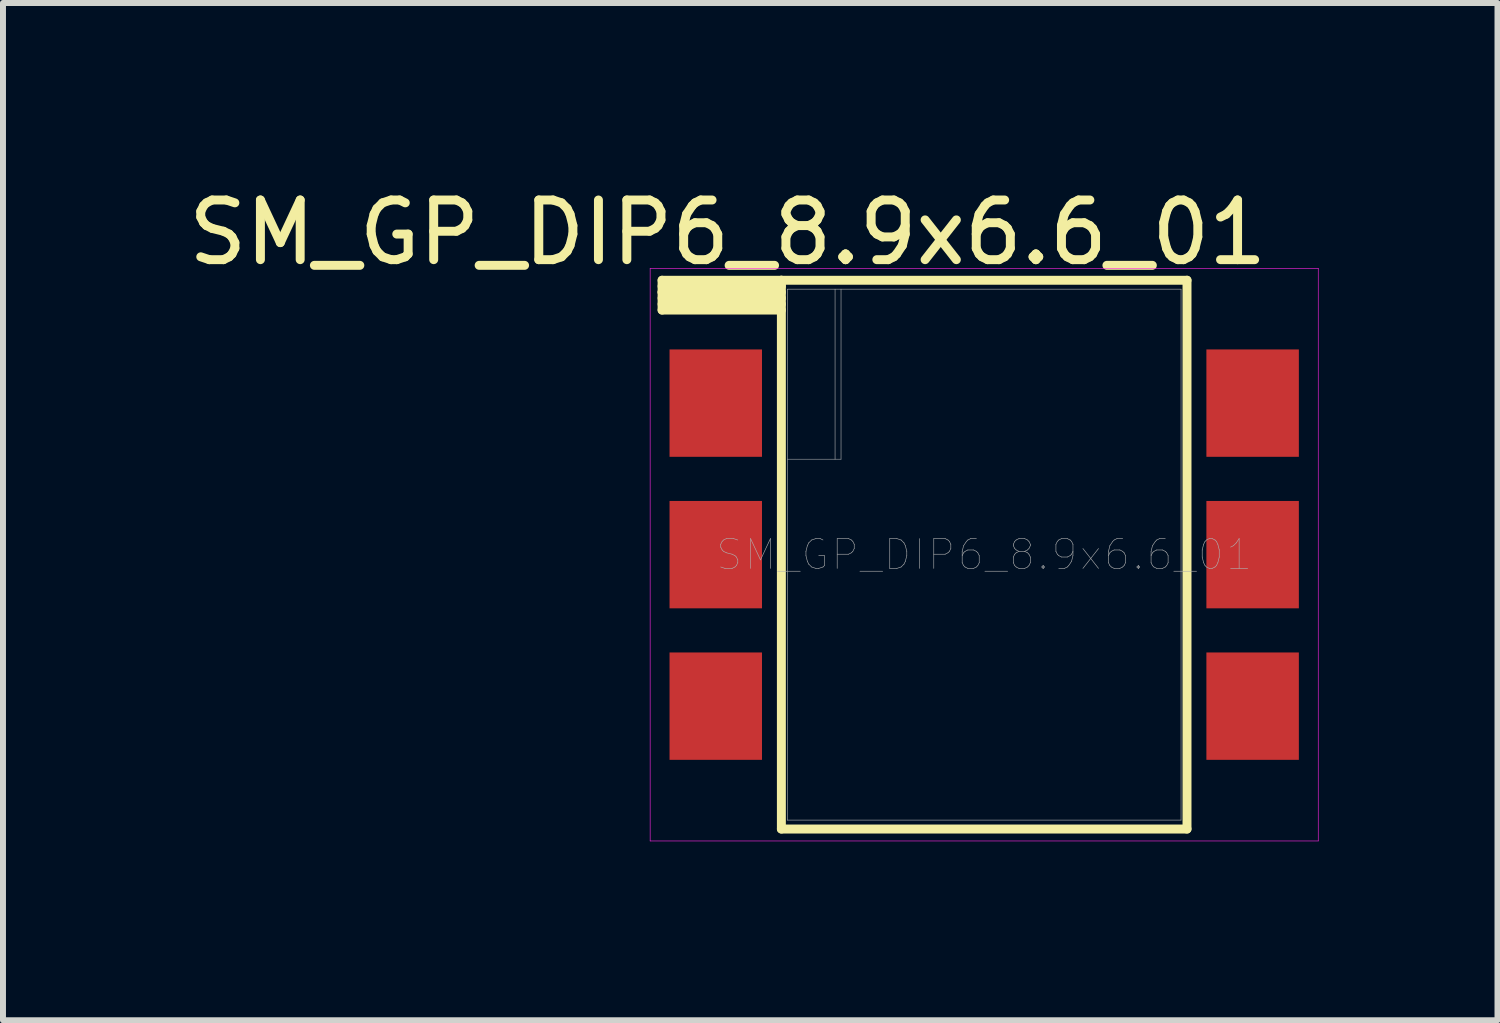
<source format=kicad_pcb>
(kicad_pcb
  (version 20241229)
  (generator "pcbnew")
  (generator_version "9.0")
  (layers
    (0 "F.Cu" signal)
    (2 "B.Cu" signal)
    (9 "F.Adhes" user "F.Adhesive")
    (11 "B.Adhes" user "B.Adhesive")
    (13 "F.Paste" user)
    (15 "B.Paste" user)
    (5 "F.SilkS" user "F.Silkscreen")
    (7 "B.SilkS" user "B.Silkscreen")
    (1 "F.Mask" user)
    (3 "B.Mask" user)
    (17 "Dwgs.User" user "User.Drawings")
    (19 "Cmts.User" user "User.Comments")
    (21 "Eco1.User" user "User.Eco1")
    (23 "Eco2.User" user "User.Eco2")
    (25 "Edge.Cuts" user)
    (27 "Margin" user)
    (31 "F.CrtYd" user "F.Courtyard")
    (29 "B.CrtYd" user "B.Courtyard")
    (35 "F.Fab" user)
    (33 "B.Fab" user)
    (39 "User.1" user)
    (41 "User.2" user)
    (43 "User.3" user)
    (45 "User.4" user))
  (footprint "SM_GP_DIP6_8.9x6.6_01"
    (layer "F.Cu")
    (at 13.449 6.248)
    (property "Reference" "SM_GP_DIP6_8.9x6.6_01" (at 0 0 0) (layer "F.Fab") (effects (font (size 0.5 0.5) (thickness 0.01))))
    (attr through_hole)
    (fp_line (start -5.4 -4.6) (end -5.4 -4.4) (stroke (width 0.15) (type solid)) (layer "F.SilkS"))
    (fp_line (start -5.4 -4.4) (end -5.4 -4.1) (stroke (width 0.15) (type solid)) (layer "F.SilkS"))
    (fp_line (start -5.4 -4.4) (end -3.4 -4.4) (stroke (width 0.15) (type solid)) (layer "F.SilkS"))
    (fp_line (start -5.4 -4.2) (end -3.4 -4.2) (stroke (width 0.15) (type solid)) (layer "F.SilkS"))
    (fp_line (start -5.4 -4.1) (end -3.4 -4.1) (stroke (width 0.15) (type solid)) (layer "F.SilkS"))
    (fp_line (start -3.4 -4.6) (end -5.4 -4.6) (stroke (width 0.15) (type solid)) (layer "F.SilkS"))
    (fp_line (start -3.4 -4.6) (end -3.4 4.6) (stroke (width 0.15) (type solid)) (layer "F.SilkS"))
    (fp_line (start -3.4 -4.5) (end -5.4 -4.5) (stroke (width 0.15) (type solid)) (layer "F.SilkS"))
    (fp_line (start -3.4 -4.3) (end -5.4 -4.3) (stroke (width 0.15) (type solid)) (layer "F.SilkS"))
    (fp_line (start -3.4 4.6) (end 3.4 4.6) (stroke (width 0.15) (type solid)) (layer "F.SilkS"))
    (fp_line (start 3.4 -4.6) (end -3.4 -4.6) (stroke (width 0.15) (type solid)) (layer "F.SilkS"))
    (fp_line (start 3.4 4.6) (end 3.4 -4.6) (stroke (width 0.15) (type solid)) (layer "F.SilkS"))
    (fp_line (start -5.6 -4.8) (end -5.6 4.8) (stroke (width 0.01) (type solid)) (layer "F.CrtYd"))
    (fp_line (start -5.6 4.8) (end 5.6 4.8) (stroke (width 0.01) (type solid)) (layer "F.CrtYd"))
    (fp_line (start 5.6 -4.8) (end -5.6 -4.8) (stroke (width 0.01) (type solid)) (layer "F.CrtYd"))
    (fp_line (start 5.6 4.8) (end 5.6 -4.8) (stroke (width 0.01) (type solid)) (layer "F.CrtYd"))
    (fp_line (start -3.3 -4.45) (end -3.3 4.45) (stroke (width 0.01) (type solid)) (layer "F.Fab"))
    (fp_line (start -3.3 -1.6) (end -2.4 -1.6) (stroke (width 0.01) (type solid)) (layer "F.Fab"))
    (fp_line (start -3.3 4.45) (end 3.3 4.45) (stroke (width 0.01) (type solid)) (layer "F.Fab"))
    (fp_line (start -2.5 -1.6) (end -2.5 -4.45) (stroke (width 0.01) (type solid)) (layer "F.Fab"))
    (fp_line (start -2.4 -1.6) (end -2.4 -4.45) (stroke (width 0.01) (type solid)) (layer "F.Fab"))
    (fp_line (start 3.3 -4.45) (end -3.3 -4.45) (stroke (width 0.01) (type solid)) (layer "F.Fab"))
    (fp_line (start 3.3 4.45) (end 3.3 -4.45) (stroke (width 0.01) (type solid)) (layer "F.Fab"))
    (fp_text user "${REFERENCE}" (at -4.3 -5.4 0) (layer "F.SilkS") (effects (font (size 1 1) (thickness 0.15))))
    (pad "1" smd rect (at -4.5 -2.54) (size 1.55 1.8) (layers "F.Cu" "F.Mask" "F.Paste"))
    (pad "2" smd rect (at -4.5 0) (size 1.55 1.8) (layers "F.Cu" "F.Mask" "F.Paste"))
    (pad "3" smd rect (at -4.5 2.54) (size 1.55 1.8) (layers "F.Cu" "F.Mask" "F.Paste"))
    (pad "4" smd rect (at 4.5 2.54) (size 1.55 1.8) (layers "F.Cu" "F.Mask" "F.Paste"))
    (pad "5" smd rect (at 4.5 0) (size 1.55 1.8) (layers "F.Cu" "F.Mask" "F.Paste"))
    (pad "6" smd rect (at 4.5 -2.54) (size 1.55 1.8) (layers "F.Cu" "F.Mask" "F.Paste")))
  (gr_rect
    (start -3 -3)
    (end 22.054 14.053)
    (stroke (width 0.1) (type default))
    (fill no)
    (layer "Edge.Cuts")))
</source>
